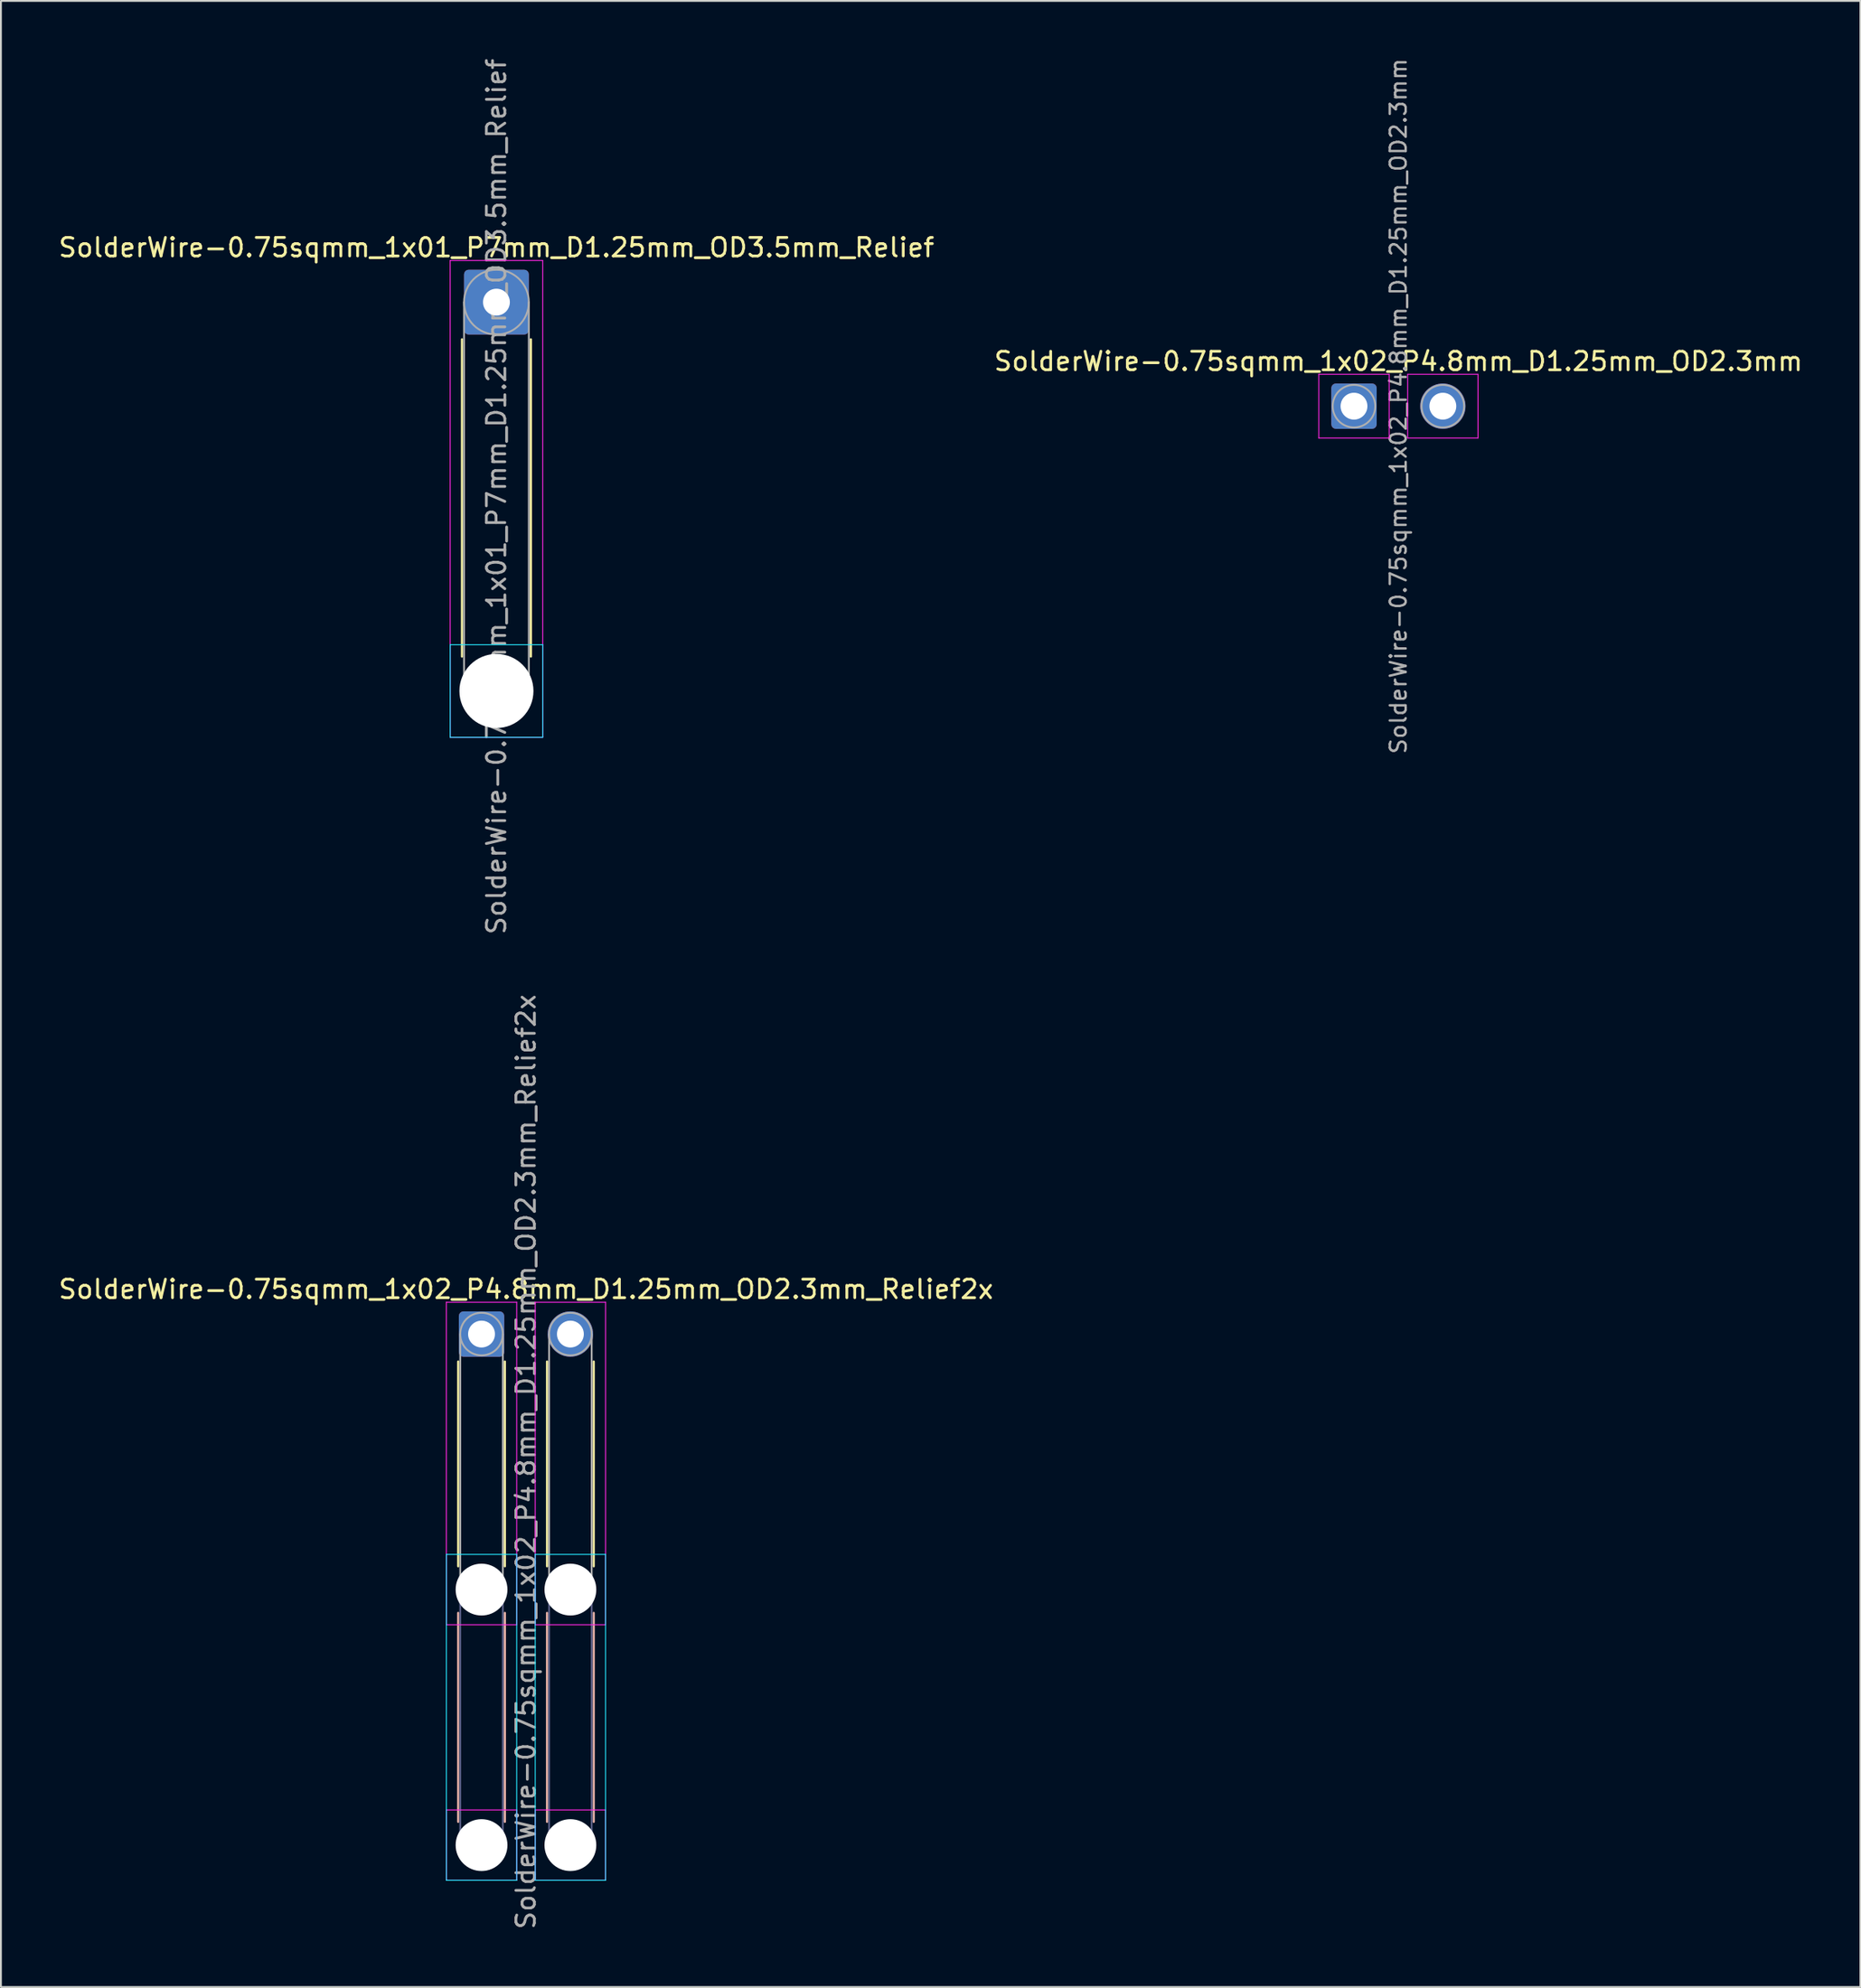
<source format=kicad_pcb>
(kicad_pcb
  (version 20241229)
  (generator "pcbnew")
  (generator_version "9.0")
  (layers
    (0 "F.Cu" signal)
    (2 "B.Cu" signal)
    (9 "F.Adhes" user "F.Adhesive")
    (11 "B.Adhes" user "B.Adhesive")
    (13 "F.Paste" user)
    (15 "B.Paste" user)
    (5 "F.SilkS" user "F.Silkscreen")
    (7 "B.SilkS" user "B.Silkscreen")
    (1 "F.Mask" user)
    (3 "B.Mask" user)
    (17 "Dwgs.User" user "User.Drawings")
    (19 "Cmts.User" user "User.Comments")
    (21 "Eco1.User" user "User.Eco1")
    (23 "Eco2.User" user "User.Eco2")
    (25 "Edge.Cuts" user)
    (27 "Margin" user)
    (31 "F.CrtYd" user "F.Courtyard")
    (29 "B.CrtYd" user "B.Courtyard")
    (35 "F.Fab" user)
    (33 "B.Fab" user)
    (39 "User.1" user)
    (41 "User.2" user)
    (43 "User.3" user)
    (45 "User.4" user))
  (footprint "SolderWire-0.75sqmm_1x01_P7mm_D1.25mm_OD3.5mm_Relief"
    (layer "F.Cu")
    (at 23.768 13.268)
    (property "Reference" "SolderWire-0.75sqmm_1x01_P7mm_D1.25mm_OD3.5mm_Relief" (at 0 -2.95 0) (layer "F.SilkS") (effects (font (size 1 1) (thickness 0.15))))
    (attr exclude_from_pos_files exclude_from_bom)
    (fp_line (start -1.86 2.01) (end -1.86 19.14) (stroke (width 0.12) (type solid)) (layer "F.SilkS"))
    (fp_line (start 1.86 2.01) (end 1.86 19.14) (stroke (width 0.12) (type solid)) (layer "F.SilkS"))
    (fp_line (start -2.5 18.5) (end -2.5 23.5) (stroke (width 0.05) (type solid)) (layer "B.CrtYd"))
    (fp_line (start -2.5 23.5) (end 2.5 23.5) (stroke (width 0.05) (type solid)) (layer "B.CrtYd"))
    (fp_line (start 2.5 18.5) (end -2.5 18.5) (stroke (width 0.05) (type solid)) (layer "B.CrtYd"))
    (fp_line (start 2.5 23.5) (end 2.5 18.5) (stroke (width 0.05) (type solid)) (layer "B.CrtYd"))
    (fp_line (start -2.5 -2.25) (end -2.5 23.5) (stroke (width 0.05) (type solid)) (layer "F.CrtYd"))
    (fp_line (start -2.5 23.5) (end 2.5 23.5) (stroke (width 0.05) (type solid)) (layer "F.CrtYd"))
    (fp_line (start 2.5 -2.25) (end -2.5 -2.25) (stroke (width 0.05) (type solid)) (layer "F.CrtYd"))
    (fp_line (start 2.5 23.5) (end 2.5 -2.25) (stroke (width 0.05) (type solid)) (layer "F.CrtYd"))
    (fp_line (start -1.75 0) (end -1.75 21) (stroke (width 0.1) (type solid)) (layer "F.Fab"))
    (fp_line (start 1.75 0) (end 1.75 21) (stroke (width 0.1) (type solid)) (layer "F.Fab"))
    (fp_circle (center 0 0) (end 1.75 0) (stroke (width 0.1) (type solid)) (fill no) (layer "F.Fab"))
    (fp_circle (center 0 21) (end 1.75 21) (stroke (width 0.1) (type solid)) (fill no) (layer "F.Fab"))
    (fp_text user "${REFERENCE}" (at 0 10.5 90) (layer "F.Fab") (effects (font (size 1 1) (thickness 0.15))))
    (pad "" np_thru_hole circle (at 0 21) (size 4 4) (drill 4) (layers "*.Cu" "*.Mask"))
    (pad "1" thru_hole roundrect (at 0 0) (size 3.5 3.5) (drill 1.45) (layers "*.Cu" "*.Mask") (roundrect_rratio 0.071)))
  (footprint "SolderWire-0.75sqmm_1x02_P4.8mm_D1.25mm_OD2.3mm"
    (layer "F.Cu")
    (at 70.094 18.886)
    (property "Reference" "SolderWire-0.75sqmm_1x02_P4.8mm_D1.25mm_OD2.3mm" (at 2.4 -2.42 0) (layer "F.SilkS") (effects (font (size 1 1) (thickness 0.15))))
    (attr exclude_from_pos_files exclude_from_bom)
    (fp_line (start -1.9 -1.72) (end -1.9 1.72) (stroke (width 0.05) (type solid)) (layer "F.CrtYd"))
    (fp_line (start -1.9 1.72) (end 1.9 1.72) (stroke (width 0.05) (type solid)) (layer "F.CrtYd"))
    (fp_line (start 1.9 -1.72) (end -1.9 -1.72) (stroke (width 0.05) (type solid)) (layer "F.CrtYd"))
    (fp_line (start 1.9 1.72) (end 1.9 -1.72) (stroke (width 0.05) (type solid)) (layer "F.CrtYd"))
    (fp_line (start 2.9 -1.72) (end 2.9 1.72) (stroke (width 0.05) (type solid)) (layer "F.CrtYd"))
    (fp_line (start 2.9 1.72) (end 6.7 1.72) (stroke (width 0.05) (type solid)) (layer "F.CrtYd"))
    (fp_line (start 6.7 -1.72) (end 2.9 -1.72) (stroke (width 0.05) (type solid)) (layer "F.CrtYd"))
    (fp_line (start 6.7 1.72) (end 6.7 -1.72) (stroke (width 0.05) (type solid)) (layer "F.CrtYd"))
    (fp_circle (center 0 0) (end 1.15 0) (stroke (width 0.1) (type solid)) (fill no) (layer "F.Fab"))
    (fp_circle (center 4.8 0) (end 5.95 0) (stroke (width 0.1) (type solid)) (fill no) (layer "F.Fab"))
    (fp_text user "${REFERENCE}" (at 2.4 0 90) (layer "F.Fab") (effects (font (size 0.86 0.86) (thickness 0.13))))
    (pad "1" thru_hole roundrect (at 0 0) (size 2.45 2.45) (drill 1.45) (layers "*.Cu" "*.Mask") (roundrect_rratio 0.102))
    (pad "2" thru_hole circle (at 4.8 0) (size 2.45 2.45) (drill 1.45) (layers "*.Cu" "*.Mask")))
  (footprint "SolderWire-0.75sqmm_1x02_P4.8mm_D1.25mm_OD2.3mm_Relief2x"
    (layer "F.Cu")
    (at 22.963 68.999)
    (property "Reference" "SolderWire-0.75sqmm_1x02_P4.8mm_D1.25mm_OD2.3mm_Relief2x" (at 2.4 -2.42 0) (layer "F.SilkS") (effects (font (size 1 1) (thickness 0.15))))
    (attr exclude_from_pos_files exclude_from_bom)
    (fp_line (start -1.26 1.485) (end -1.26 12.54) (stroke (width 0.12) (type solid)) (layer "F.SilkS"))
    (fp_line (start 1.26 1.485) (end 1.26 12.54) (stroke (width 0.12) (type solid)) (layer "F.SilkS"))
    (fp_line (start 3.54 1.485) (end 3.54 12.54) (stroke (width 0.12) (type solid)) (layer "F.SilkS"))
    (fp_line (start 6.06 1.485) (end 6.06 12.54) (stroke (width 0.12) (type solid)) (layer "F.SilkS"))
    (fp_line (start -1.26 15.06) (end -1.26 26.34) (stroke (width 0.12) (type solid)) (layer "B.SilkS"))
    (fp_line (start 1.26 15.06) (end 1.26 26.34) (stroke (width 0.12) (type solid)) (layer "B.SilkS"))
    (fp_line (start 3.54 15.06) (end 3.54 26.34) (stroke (width 0.12) (type solid)) (layer "B.SilkS"))
    (fp_line (start 6.06 15.06) (end 6.06 26.34) (stroke (width 0.12) (type solid)) (layer "B.SilkS"))
    (fp_line (start -1.9 11.9) (end -1.9 29.5) (stroke (width 0.05) (type solid)) (layer "B.CrtYd"))
    (fp_line (start -1.9 29.5) (end 1.9 29.5) (stroke (width 0.05) (type solid)) (layer "B.CrtYd"))
    (fp_line (start 1.9 11.9) (end -1.9 11.9) (stroke (width 0.05) (type solid)) (layer "B.CrtYd"))
    (fp_line (start 1.9 29.5) (end 1.9 11.9) (stroke (width 0.05) (type solid)) (layer "B.CrtYd"))
    (fp_line (start 2.9 11.9) (end 2.9 29.5) (stroke (width 0.05) (type solid)) (layer "B.CrtYd"))
    (fp_line (start 2.9 29.5) (end 6.7 29.5) (stroke (width 0.05) (type solid)) (layer "B.CrtYd"))
    (fp_line (start 6.7 11.9) (end 2.9 11.9) (stroke (width 0.05) (type solid)) (layer "B.CrtYd"))
    (fp_line (start 6.7 29.5) (end 6.7 11.9) (stroke (width 0.05) (type solid)) (layer "B.CrtYd"))
    (fp_line (start -1.9 -1.72) (end -1.9 15.7) (stroke (width 0.05) (type solid)) (layer "F.CrtYd"))
    (fp_line (start -1.9 15.7) (end 1.9 15.7) (stroke (width 0.05) (type solid)) (layer "F.CrtYd"))
    (fp_line (start -1.9 25.7) (end -1.9 29.5) (stroke (width 0.05) (type solid)) (layer "F.CrtYd"))
    (fp_line (start -1.9 29.5) (end 1.9 29.5) (stroke (width 0.05) (type solid)) (layer "F.CrtYd"))
    (fp_line (start 1.9 -1.72) (end -1.9 -1.72) (stroke (width 0.05) (type solid)) (layer "F.CrtYd"))
    (fp_line (start 1.9 15.7) (end 1.9 -1.72) (stroke (width 0.05) (type solid)) (layer "F.CrtYd"))
    (fp_line (start 1.9 25.7) (end -1.9 25.7) (stroke (width 0.05) (type solid)) (layer "F.CrtYd"))
    (fp_line (start 1.9 29.5) (end 1.9 25.7) (stroke (width 0.05) (type solid)) (layer "F.CrtYd"))
    (fp_line (start 2.9 -1.72) (end 2.9 15.7) (stroke (width 0.05) (type solid)) (layer "F.CrtYd"))
    (fp_line (start 2.9 15.7) (end 6.7 15.7) (stroke (width 0.05) (type solid)) (layer "F.CrtYd"))
    (fp_line (start 2.9 25.7) (end 2.9 29.5) (stroke (width 0.05) (type solid)) (layer "F.CrtYd"))
    (fp_line (start 2.9 29.5) (end 6.7 29.5) (stroke (width 0.05) (type solid)) (layer "F.CrtYd"))
    (fp_line (start 6.7 -1.72) (end 2.9 -1.72) (stroke (width 0.05) (type solid)) (layer "F.CrtYd"))
    (fp_line (start 6.7 15.7) (end 6.7 -1.72) (stroke (width 0.05) (type solid)) (layer "F.CrtYd"))
    (fp_line (start 6.7 25.7) (end 2.9 25.7) (stroke (width 0.05) (type solid)) (layer "F.CrtYd"))
    (fp_line (start 6.7 29.5) (end 6.7 25.7) (stroke (width 0.05) (type solid)) (layer "F.CrtYd"))
    (fp_line (start -1.15 13.8) (end -1.15 27.6) (stroke (width 0.1) (type solid)) (layer "B.Fab"))
    (fp_line (start 1.15 13.8) (end 1.15 27.6) (stroke (width 0.1) (type solid)) (layer "B.Fab"))
    (fp_line (start 3.65 13.8) (end 3.65 27.6) (stroke (width 0.1) (type solid)) (layer "B.Fab"))
    (fp_line (start 5.95 13.8) (end 5.95 27.6) (stroke (width 0.1) (type solid)) (layer "B.Fab"))
    (fp_circle (center 0 13.8) (end 1.15 13.8) (stroke (width 0.1) (type solid)) (fill no) (layer "B.Fab"))
    (fp_circle (center 0 27.6) (end 1.15 27.6) (stroke (width 0.1) (type solid)) (fill no) (layer "B.Fab"))
    (fp_circle (center 4.8 13.8) (end 5.95 13.8) (stroke (width 0.1) (type solid)) (fill no) (layer "B.Fab"))
    (fp_circle (center 4.8 27.6) (end 5.95 27.6) (stroke (width 0.1) (type solid)) (fill no) (layer "B.Fab"))
    (fp_line (start -1.15 0) (end -1.15 13.8) (stroke (width 0.1) (type solid)) (layer "F.Fab"))
    (fp_line (start 1.15 0) (end 1.15 13.8) (stroke (width 0.1) (type solid)) (layer "F.Fab"))
    (fp_line (start 3.65 0) (end 3.65 13.8) (stroke (width 0.1) (type solid)) (layer "F.Fab"))
    (fp_line (start 5.95 0) (end 5.95 13.8) (stroke (width 0.1) (type solid)) (layer "F.Fab"))
    (fp_circle (center 0 0) (end 1.15 0) (stroke (width 0.1) (type solid)) (fill no) (layer "F.Fab"))
    (fp_circle (center 0 13.8) (end 1.15 13.8) (stroke (width 0.1) (type solid)) (fill no) (layer "F.Fab"))
    (fp_circle (center 0 27.6) (end 1.15 27.6) (stroke (width 0.1) (type solid)) (fill no) (layer "F.Fab"))
    (fp_circle (center 4.8 0) (end 5.95 0) (stroke (width 0.1) (type solid)) (fill no) (layer "F.Fab"))
    (fp_circle (center 4.8 13.8) (end 5.95 13.8) (stroke (width 0.1) (type solid)) (fill no) (layer "F.Fab"))
    (fp_circle (center 4.8 27.6) (end 5.95 27.6) (stroke (width 0.1) (type solid)) (fill no) (layer "F.Fab"))
    (fp_text user "${REFERENCE}" (at 2.4 6.9 90) (layer "F.Fab") (effects (font (size 1 1) (thickness 0.15))))
    (pad "" np_thru_hole circle (at 0 13.8) (size 2.8 2.8) (drill 2.8) (layers "*.Cu" "*.Mask"))
    (pad "" np_thru_hole circle (at 0 27.6) (size 2.8 2.8) (drill 2.8) (layers "*.Cu" "*.Mask"))
    (pad "" np_thru_hole circle (at 4.8 13.8) (size 2.8 2.8) (drill 2.8) (layers "*.Cu" "*.Mask"))
    (pad "" np_thru_hole circle (at 4.8 27.6) (size 2.8 2.8) (drill 2.8) (layers "*.Cu" "*.Mask"))
    (pad "1" thru_hole roundrect (at 0 0) (size 2.45 2.45) (drill 1.45) (layers "*.Cu" "*.Mask") (roundrect_rratio 0.102))
    (pad "2" thru_hole circle (at 4.8 0) (size 2.45 2.45) (drill 1.45) (layers "*.Cu" "*.Mask")))
  (gr_rect
    (start -3 -3)
    (end 97.452 104.262)
    (stroke (width 0.1) (type default))
    (fill no)
    (layer "Edge.Cuts")))
</source>
